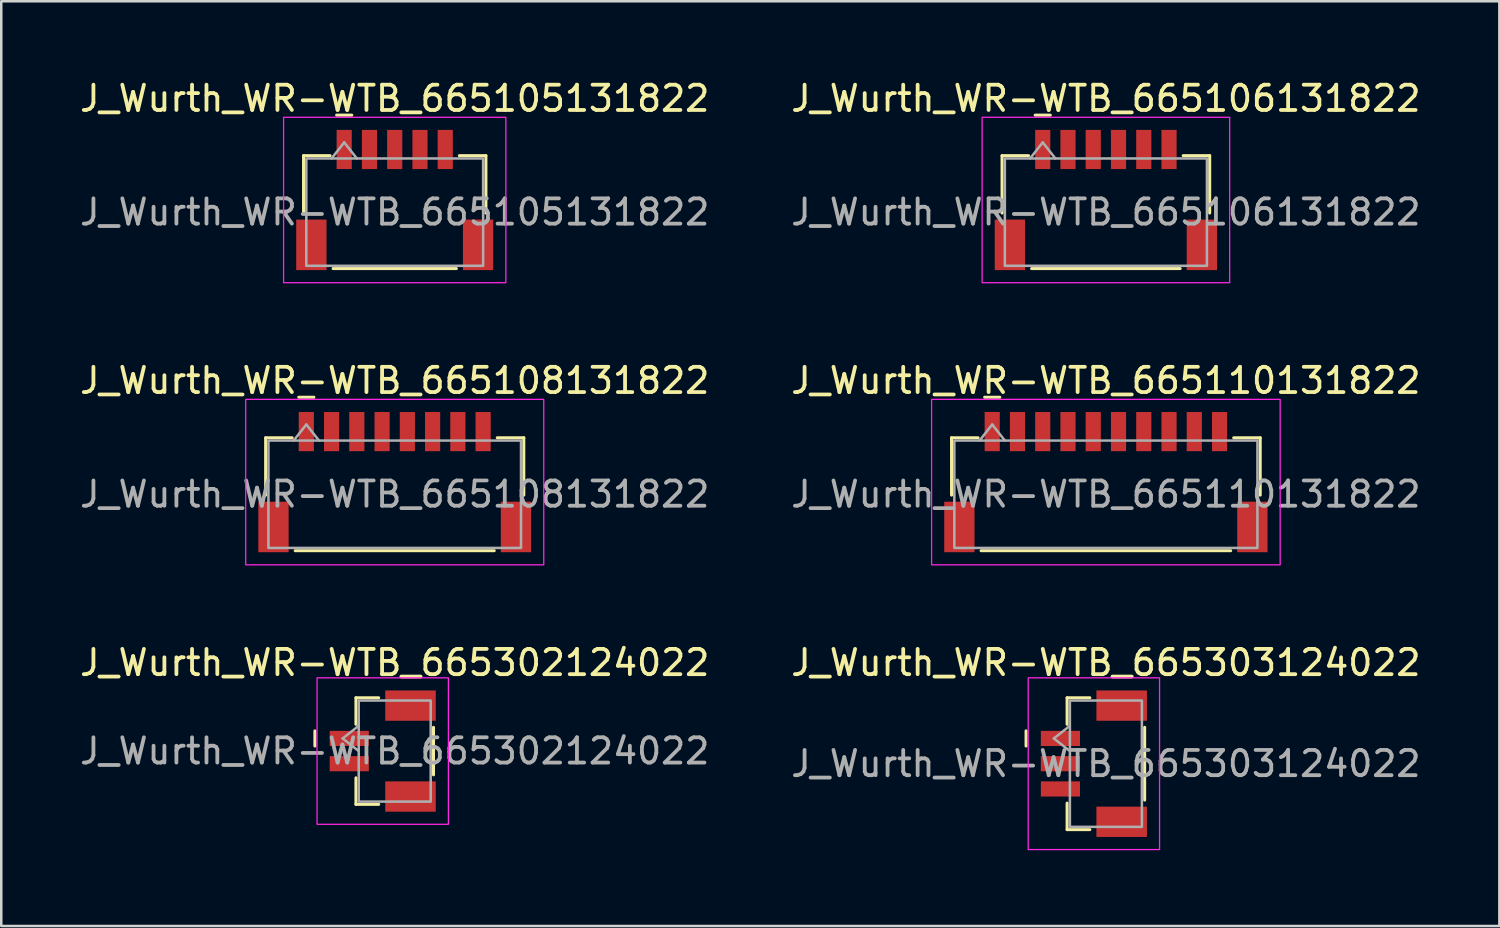
<source format=kicad_pcb>
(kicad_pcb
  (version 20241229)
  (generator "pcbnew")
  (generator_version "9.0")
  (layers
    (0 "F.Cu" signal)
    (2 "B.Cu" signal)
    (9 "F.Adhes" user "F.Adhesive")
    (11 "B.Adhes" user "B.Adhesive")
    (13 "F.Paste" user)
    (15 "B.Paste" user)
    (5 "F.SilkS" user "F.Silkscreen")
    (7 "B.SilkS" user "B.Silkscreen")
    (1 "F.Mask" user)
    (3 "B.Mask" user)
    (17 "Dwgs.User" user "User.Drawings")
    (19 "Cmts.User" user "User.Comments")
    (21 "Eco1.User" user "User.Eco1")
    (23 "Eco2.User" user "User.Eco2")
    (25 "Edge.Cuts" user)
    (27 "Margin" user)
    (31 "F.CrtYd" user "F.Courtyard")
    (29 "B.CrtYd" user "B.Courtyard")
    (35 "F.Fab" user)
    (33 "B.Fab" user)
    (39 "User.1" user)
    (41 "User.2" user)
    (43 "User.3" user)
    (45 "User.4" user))
  (footprint "J_Wurth_WR-WTB_665110131822"
    (layer "F.Cu")
    (at 40.732 16.517)
    (property "Reference" "J_Wurth_WR-WTB_665110131822" (at 0 -4.5 0) (unlocked yes) (layer "F.SilkS") (effects (font (size 1 1) (thickness 0.15))))
    (attr smd)
    (fp_line (start -6.11 -2.235) (end -5.06 -2.235) (stroke (width 0.12) (type solid)) (layer "F.SilkS"))
    (fp_line (start -6.11 0.035) (end -6.11 -2.235) (stroke (width 0.12) (type solid)) (layer "F.SilkS"))
    (fp_line (start -4.8 -3.84) (end -4.2 -3.84) (stroke (width 0.12) (type solid)) (layer "F.SilkS"))
    (fp_line (start 4.94 2.235) (end -4.94 2.235) (stroke (width 0.12) (type solid)) (layer "F.SilkS"))
    (fp_line (start 5.06 -2.235) (end 6.11 -2.235) (stroke (width 0.12) (type solid)) (layer "F.SilkS"))
    (fp_line (start 6.11 -2.235) (end 6.11 0.035) (stroke (width 0.12) (type solid)) (layer "F.SilkS"))
    (fp_rect (start -6.9 -3.755) (end 6.9 2.795) (stroke (width 0.05) (type solid)) (fill no) (layer "F.CrtYd"))
    (fp_line (start -4.5 -2.76) (end -5 -2.125) (stroke (width 0.1) (type default)) (layer "F.Fab"))
    (fp_line (start -4 -2.125) (end -4.5 -2.76) (stroke (width 0.1) (type default)) (layer "F.Fab"))
    (fp_rect (start -6 -2.125) (end 6 2.125) (stroke (width 0.1) (type solid)) (fill no) (layer "F.Fab"))
    (fp_text user "${REFERENCE}" (at 0 0 0) (unlocked yes) (layer "F.Fab") (effects (font (size 1 1) (thickness 0.15))))
    (pad "1" smd rect (at -4.5 -2.48) (size 0.6 1.55) (layers "F.Cu" "F.Mask" "F.Paste"))
    (pad "2" smd rect (at -3.5 -2.48) (size 0.6 1.55) (layers "F.Cu" "F.Mask" "F.Paste"))
    (pad "3" smd rect (at -2.5 -2.48) (size 0.6 1.55) (layers "F.Cu" "F.Mask" "F.Paste"))
    (pad "4" smd rect (at -1.5 -2.48) (size 0.6 1.55) (layers "F.Cu" "F.Mask" "F.Paste"))
    (pad "5" smd rect (at -0.5 -2.48) (size 0.6 1.55) (layers "F.Cu" "F.Mask" "F.Paste"))
    (pad "6" smd rect (at 0.5 -2.48) (size 0.6 1.55) (layers "F.Cu" "F.Mask" "F.Paste"))
    (pad "7" smd rect (at 1.5 -2.48) (size 0.6 1.55) (layers "F.Cu" "F.Mask" "F.Paste"))
    (pad "8" smd rect (at 2.5 -2.48) (size 0.6 1.55) (layers "F.Cu" "F.Mask" "F.Paste"))
    (pad "9" smd rect (at 3.5 -2.48) (size 0.6 1.55) (layers "F.Cu" "F.Mask" "F.Paste"))
    (pad "10" smd rect (at 4.5 -2.48) (size 0.6 1.55) (layers "F.Cu" "F.Mask" "F.Paste"))
    (pad "MP1" smd rect (at -5.8 1.295) (size 1.2 2) (layers "F.Cu" "F.Mask" "F.Paste"))
    (pad "MP2" smd rect (at 5.8 1.295) (size 1.2 2) (layers "F.Cu" "F.Mask" "F.Paste")))
  (footprint "J_Wurth_WR-WTB_665106131822"
    (layer "F.Cu")
    (at 40.732 5.348)
    (property "Reference" "J_Wurth_WR-WTB_665106131822" (at 0 -4.5 0) (unlocked yes) (layer "F.SilkS") (effects (font (size 1 1) (thickness 0.15))))
    (attr smd)
    (fp_line (start -4.11 -2.235) (end -3.06 -2.235) (stroke (width 0.12) (type solid)) (layer "F.SilkS"))
    (fp_line (start -4.11 0.035) (end -4.11 -2.235) (stroke (width 0.12) (type solid)) (layer "F.SilkS"))
    (fp_line (start -2.8 -3.84) (end -2.2 -3.84) (stroke (width 0.12) (type solid)) (layer "F.SilkS"))
    (fp_line (start 2.94 2.235) (end -2.94 2.235) (stroke (width 0.12) (type solid)) (layer "F.SilkS"))
    (fp_line (start 3.06 -2.235) (end 4.11 -2.235) (stroke (width 0.12) (type solid)) (layer "F.SilkS"))
    (fp_line (start 4.11 -2.235) (end 4.11 0.035) (stroke (width 0.12) (type solid)) (layer "F.SilkS"))
    (fp_rect (start -4.9 -3.755) (end 4.9 2.795) (stroke (width 0.05) (type solid)) (fill no) (layer "F.CrtYd"))
    (fp_line (start -2.5 -2.76) (end -3 -2.125) (stroke (width 0.1) (type default)) (layer "F.Fab"))
    (fp_line (start -2 -2.125) (end -2.5 -2.76) (stroke (width 0.1) (type default)) (layer "F.Fab"))
    (fp_rect (start -4 -2.125) (end 4 2.125) (stroke (width 0.1) (type solid)) (fill no) (layer "F.Fab"))
    (fp_text user "${REFERENCE}" (at 0 0 0) (unlocked yes) (layer "F.Fab") (effects (font (size 1 1) (thickness 0.15))))
    (pad "1" smd rect (at -2.5 -2.48) (size 0.6 1.55) (layers "F.Cu" "F.Mask" "F.Paste"))
    (pad "2" smd rect (at -1.5 -2.48) (size 0.6 1.55) (layers "F.Cu" "F.Mask" "F.Paste"))
    (pad "3" smd rect (at -0.5 -2.48) (size 0.6 1.55) (layers "F.Cu" "F.Mask" "F.Paste"))
    (pad "4" smd rect (at 0.5 -2.48) (size 0.6 1.55) (layers "F.Cu" "F.Mask" "F.Paste"))
    (pad "5" smd rect (at 1.5 -2.48) (size 0.6 1.55) (layers "F.Cu" "F.Mask" "F.Paste"))
    (pad "6" smd rect (at 2.5 -2.48) (size 0.6 1.55) (layers "F.Cu" "F.Mask" "F.Paste"))
    (pad "MP1" smd rect (at -3.8 1.295) (size 1.2 2) (layers "F.Cu" "F.Mask" "F.Paste"))
    (pad "MP2" smd rect (at 3.8 1.295) (size 1.2 2) (layers "F.Cu" "F.Mask" "F.Paste")))
  (footprint "J_Wurth_WR-WTB_665303124022"
    (layer "F.Cu")
    (at 40.732 27.185)
    (property "Reference" "J_Wurth_WR-WTB_665303124022" (at 0 -4 0) (unlocked yes) (layer "F.SilkS") (effects (font (size 1 1) (thickness 0.15))))
    (attr smd)
    (fp_line (start -3.16 -0.7) (end -3.16 -1.3) (stroke (width 0.12) (type solid)) (layer "F.SilkS"))
    (fp_line (start -1.535 -2.61) (end -0.635 -2.61) (stroke (width 0.12) (type solid)) (layer "F.SilkS"))
    (fp_line (start -1.535 -1.56) (end -1.535 -2.61) (stroke (width 0.12) (type solid)) (layer "F.SilkS"))
    (fp_line (start -1.535 2.61) (end -1.535 1.56) (stroke (width 0.12) (type solid)) (layer "F.SilkS"))
    (fp_line (start -0.635 2.61) (end -1.535 2.61) (stroke (width 0.12) (type solid)) (layer "F.SilkS"))
    (fp_line (start 1.535 -1.44) (end 1.535 1.44) (stroke (width 0.12) (type solid)) (layer "F.SilkS"))
    (fp_rect (start -3.075 -3.4) (end 2.125 3.4) (stroke (width 0.05) (type solid)) (fill no) (layer "F.CrtYd"))
    (fp_line (start -2.06 -1) (end -1.425 -0.5) (stroke (width 0.1) (type default)) (layer "F.Fab"))
    (fp_line (start -1.425 -1.5) (end -2.06 -1) (stroke (width 0.1) (type default)) (layer "F.Fab"))
    (fp_rect (start -1.425 -2.5) (end 1.425 2.5) (stroke (width 0.1) (type solid)) (fill no) (layer "F.Fab"))
    (fp_text user "${REFERENCE}" (at 0 0 0) (unlocked yes) (layer "F.Fab") (effects (font (size 1 1) (thickness 0.15))))
    (pad "1" smd rect (at -1.8 -1 90) (size 0.6 1.55) (layers "F.Cu" "F.Mask" "F.Paste"))
    (pad "2" smd rect (at -1.8 0 90) (size 0.6 1.55) (layers "F.Cu" "F.Mask" "F.Paste"))
    (pad "3" smd rect (at -1.8 1 90) (size 0.6 1.55) (layers "F.Cu" "F.Mask" "F.Paste"))
    (pad "MP1" smd rect (at 0.625 -2.3 90) (size 1.2 2) (layers "F.Cu" "F.Mask" "F.Paste"))
    (pad "MP2" smd rect (at 0.625 2.3 90) (size 1.2 2) (layers "F.Cu" "F.Mask" "F.Paste")))
  (footprint "J_Wurth_WR-WTB_665105131822"
    (layer "F.Cu")
    (at 12.577 5.348)
    (property "Reference" "J_Wurth_WR-WTB_665105131822" (at 0 -4.5 0) (unlocked yes) (layer "F.SilkS") (effects (font (size 1 1) (thickness 0.15))))
    (attr smd)
    (fp_line (start -3.61 -2.235) (end -2.56 -2.235) (stroke (width 0.12) (type solid)) (layer "F.SilkS"))
    (fp_line (start -3.61 0.035) (end -3.61 -2.235) (stroke (width 0.12) (type solid)) (layer "F.SilkS"))
    (fp_line (start -2.3 -3.84) (end -1.7 -3.84) (stroke (width 0.12) (type solid)) (layer "F.SilkS"))
    (fp_line (start 2.44 2.235) (end -2.44 2.235) (stroke (width 0.12) (type solid)) (layer "F.SilkS"))
    (fp_line (start 2.56 -2.235) (end 3.61 -2.235) (stroke (width 0.12) (type solid)) (layer "F.SilkS"))
    (fp_line (start 3.61 -2.235) (end 3.61 0.035) (stroke (width 0.12) (type solid)) (layer "F.SilkS"))
    (fp_rect (start -4.4 -3.755) (end 4.4 2.795) (stroke (width 0.05) (type solid)) (fill no) (layer "F.CrtYd"))
    (fp_line (start -2 -2.76) (end -2.5 -2.125) (stroke (width 0.1) (type default)) (layer "F.Fab"))
    (fp_line (start -1.5 -2.125) (end -2 -2.76) (stroke (width 0.1) (type default)) (layer "F.Fab"))
    (fp_rect (start -3.5 -2.125) (end 3.5 2.125) (stroke (width 0.1) (type solid)) (fill no) (layer "F.Fab"))
    (fp_text user "${REFERENCE}" (at 0 0 0) (unlocked yes) (layer "F.Fab") (effects (font (size 1 1) (thickness 0.15))))
    (pad "1" smd rect (at -2 -2.48) (size 0.6 1.55) (layers "F.Cu" "F.Mask" "F.Paste"))
    (pad "2" smd rect (at -1 -2.48) (size 0.6 1.55) (layers "F.Cu" "F.Mask" "F.Paste"))
    (pad "3" smd rect (at 0 -2.48) (size 0.6 1.55) (layers "F.Cu" "F.Mask" "F.Paste"))
    (pad "4" smd rect (at 1 -2.48) (size 0.6 1.55) (layers "F.Cu" "F.Mask" "F.Paste"))
    (pad "5" smd rect (at 2 -2.48) (size 0.6 1.55) (layers "F.Cu" "F.Mask" "F.Paste"))
    (pad "MP1" smd rect (at -3.3 1.295) (size 1.2 2) (layers "F.Cu" "F.Mask" "F.Paste"))
    (pad "MP2" smd rect (at 3.3 1.295) (size 1.2 2) (layers "F.Cu" "F.Mask" "F.Paste")))
  (footprint "J_Wurth_WR-WTB_665108131822"
    (layer "F.Cu")
    (at 12.577 16.517)
    (property "Reference" "J_Wurth_WR-WTB_665108131822" (at 0 -4.5 0) (unlocked yes) (layer "F.SilkS") (effects (font (size 1 1) (thickness 0.15))))
    (attr smd)
    (fp_line (start -5.11 -2.235) (end -4.06 -2.235) (stroke (width 0.12) (type solid)) (layer "F.SilkS"))
    (fp_line (start -5.11 0.035) (end -5.11 -2.235) (stroke (width 0.12) (type solid)) (layer "F.SilkS"))
    (fp_line (start -3.8 -3.84) (end -3.2 -3.84) (stroke (width 0.12) (type solid)) (layer "F.SilkS"))
    (fp_line (start 3.94 2.235) (end -3.94 2.235) (stroke (width 0.12) (type solid)) (layer "F.SilkS"))
    (fp_line (start 4.06 -2.235) (end 5.11 -2.235) (stroke (width 0.12) (type solid)) (layer "F.SilkS"))
    (fp_line (start 5.11 -2.235) (end 5.11 0.035) (stroke (width 0.12) (type solid)) (layer "F.SilkS"))
    (fp_rect (start -5.9 -3.755) (end 5.9 2.795) (stroke (width 0.05) (type solid)) (fill no) (layer "F.CrtYd"))
    (fp_line (start -3.5 -2.76) (end -4 -2.125) (stroke (width 0.1) (type default)) (layer "F.Fab"))
    (fp_line (start -3 -2.125) (end -3.5 -2.76) (stroke (width 0.1) (type default)) (layer "F.Fab"))
    (fp_rect (start -5 -2.125) (end 5 2.125) (stroke (width 0.1) (type solid)) (fill no) (layer "F.Fab"))
    (fp_text user "${REFERENCE}" (at 0 0 0) (unlocked yes) (layer "F.Fab") (effects (font (size 1 1) (thickness 0.15))))
    (pad "1" smd rect (at -3.5 -2.48) (size 0.6 1.55) (layers "F.Cu" "F.Mask" "F.Paste"))
    (pad "2" smd rect (at -2.5 -2.48) (size 0.6 1.55) (layers "F.Cu" "F.Mask" "F.Paste"))
    (pad "3" smd rect (at -1.5 -2.48) (size 0.6 1.55) (layers "F.Cu" "F.Mask" "F.Paste"))
    (pad "4" smd rect (at -0.5 -2.48) (size 0.6 1.55) (layers "F.Cu" "F.Mask" "F.Paste"))
    (pad "5" smd rect (at 0.5 -2.48) (size 0.6 1.55) (layers "F.Cu" "F.Mask" "F.Paste"))
    (pad "6" smd rect (at 1.5 -2.48) (size 0.6 1.55) (layers "F.Cu" "F.Mask" "F.Paste"))
    (pad "7" smd rect (at 2.5 -2.48) (size 0.6 1.55) (layers "F.Cu" "F.Mask" "F.Paste"))
    (pad "8" smd rect (at 3.5 -2.48) (size 0.6 1.55) (layers "F.Cu" "F.Mask" "F.Paste"))
    (pad "MP1" smd rect (at -4.8 1.295) (size 1.2 2) (layers "F.Cu" "F.Mask" "F.Paste"))
    (pad "MP2" smd rect (at 4.8 1.295) (size 1.2 2) (layers "F.Cu" "F.Mask" "F.Paste")))
  (footprint "J_Wurth_WR-WTB_665302124022"
    (layer "F.Cu")
    (at 12.577 26.685)
    (property "Reference" "J_Wurth_WR-WTB_665302124022" (at 0 -3.5 0) (unlocked yes) (layer "F.SilkS") (effects (font (size 1 1) (thickness 0.15))))
    (attr smd)
    (fp_line (start -3.16 -0.2) (end -3.16 -0.8) (stroke (width 0.12) (type solid)) (layer "F.SilkS"))
    (fp_line (start -1.535 -2.11) (end -0.635 -2.11) (stroke (width 0.12) (type solid)) (layer "F.SilkS"))
    (fp_line (start -1.535 -1.06) (end -1.535 -2.11) (stroke (width 0.12) (type solid)) (layer "F.SilkS"))
    (fp_line (start -1.535 2.11) (end -1.535 1.06) (stroke (width 0.12) (type solid)) (layer "F.SilkS"))
    (fp_line (start -0.635 2.11) (end -1.535 2.11) (stroke (width 0.12) (type solid)) (layer "F.SilkS"))
    (fp_line (start 1.535 -0.94) (end 1.535 0.94) (stroke (width 0.12) (type solid)) (layer "F.SilkS"))
    (fp_rect (start -3.075 -2.9) (end 2.125 2.9) (stroke (width 0.05) (type solid)) (fill no) (layer "F.CrtYd"))
    (fp_line (start -2.06 -0.5) (end -1.425 0) (stroke (width 0.1) (type default)) (layer "F.Fab"))
    (fp_line (start -1.425 -1) (end -2.06 -0.5) (stroke (width 0.1) (type default)) (layer "F.Fab"))
    (fp_rect (start -1.425 -2) (end 1.425 2) (stroke (width 0.1) (type solid)) (fill no) (layer "F.Fab"))
    (fp_text user "${REFERENCE}" (at 0 0 0) (unlocked yes) (layer "F.Fab") (effects (font (size 1 1) (thickness 0.15))))
    (pad "1" smd rect (at -1.8 -0.5 90) (size 0.6 1.55) (layers "F.Cu" "F.Mask" "F.Paste"))
    (pad "2" smd rect (at -1.8 0.5 90) (size 0.6 1.55) (layers "F.Cu" "F.Mask" "F.Paste"))
    (pad "MP1" smd rect (at 0.625 -1.8 90) (size 1.2 2) (layers "F.Cu" "F.Mask" "F.Paste"))
    (pad "MP2" smd rect (at 0.625 1.8 90) (size 1.2 2) (layers "F.Cu" "F.Mask" "F.Paste")))
  (gr_rect
    (start -3 -3)
    (end 56.31 33.61)
    (stroke (width 0.1) (type default))
    (fill no)
    (layer "Edge.Cuts")))
</source>
